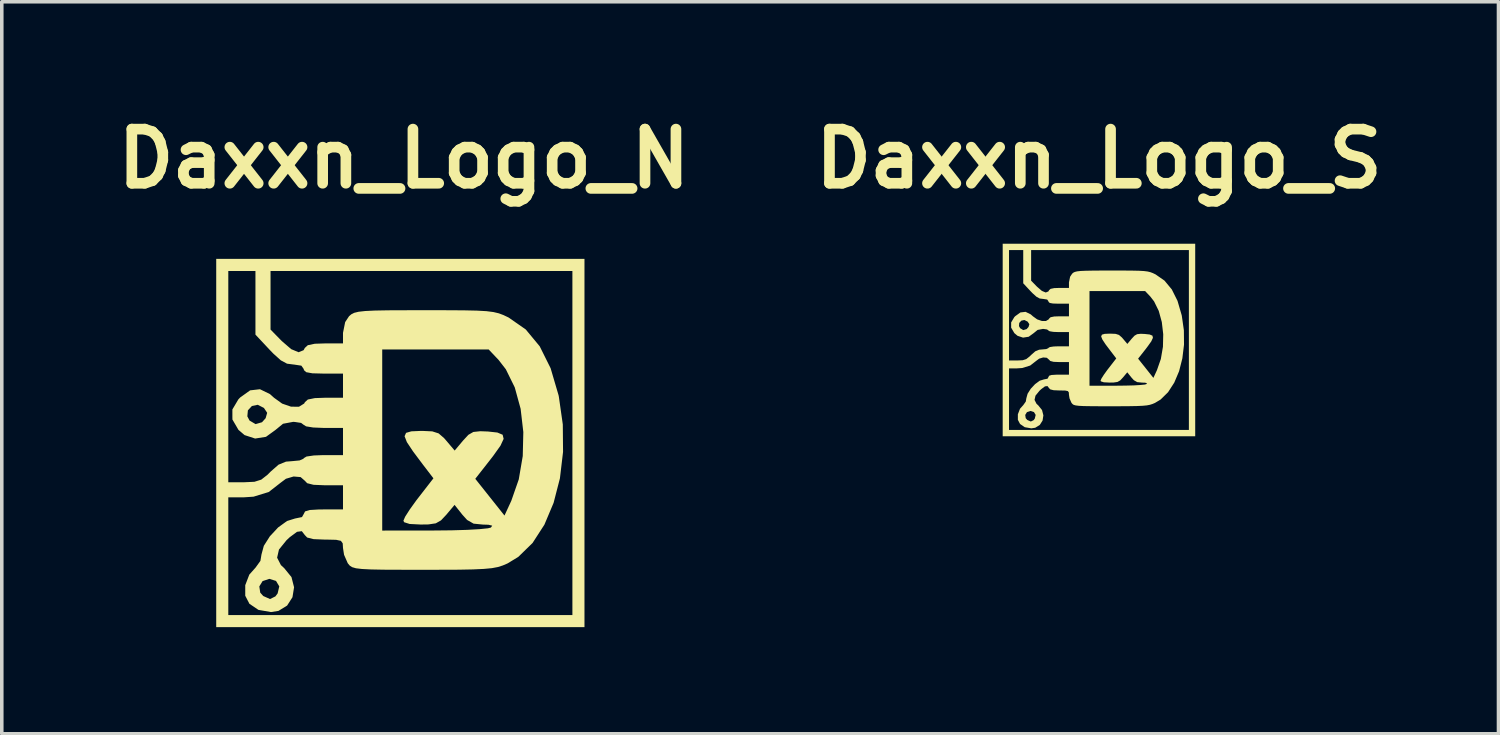
<source format=kicad_pcb>
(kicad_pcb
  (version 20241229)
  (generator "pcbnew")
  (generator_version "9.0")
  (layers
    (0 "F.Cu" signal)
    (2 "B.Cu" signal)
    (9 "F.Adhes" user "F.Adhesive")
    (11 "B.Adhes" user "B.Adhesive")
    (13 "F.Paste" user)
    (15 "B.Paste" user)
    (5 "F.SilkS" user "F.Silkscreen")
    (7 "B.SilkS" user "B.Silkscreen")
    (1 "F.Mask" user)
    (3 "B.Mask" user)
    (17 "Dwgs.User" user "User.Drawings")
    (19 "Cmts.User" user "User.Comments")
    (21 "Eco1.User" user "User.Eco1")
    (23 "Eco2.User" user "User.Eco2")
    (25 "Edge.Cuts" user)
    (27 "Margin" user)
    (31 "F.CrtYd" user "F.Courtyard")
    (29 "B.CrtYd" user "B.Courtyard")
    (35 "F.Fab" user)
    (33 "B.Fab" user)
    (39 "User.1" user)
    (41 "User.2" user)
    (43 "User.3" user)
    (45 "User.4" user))
  (footprint "Daxxn_Logo_S"
    (layer "F.Cu")
    (at 27.878 6.518)
    (property "Reference" "Daxxn_Logo_S" (at 0 -5.1 0) (layer "F.SilkS") (effects (font (size 1.524 1.524) (thickness 0.3))))
    (attr board_only exclude_from_pos_files exclude_from_bom)
    (fp_poly (pts (xy 2.709 2.709) (xy -2.709 2.709) (xy -2.709 2.531) (xy -2.531 2.531) (xy 2.531 2.531) (xy 2.531 -2.531) (xy -1.909 -2.531) (xy -1.909 -1.669) (xy -1.745 -1.501) (xy -1.606 -1.381) (xy -1.497 -1.336) (xy -1.423 -1.366) (xy -1.405 -1.399) (xy -1.361 -1.439) (xy -1.258 -1.46) (xy -1.112 -1.465) (xy -0.844 -1.465) (xy -0.844 -1.621) (xy -0.812 -1.779) (xy -0.755 -1.865) (xy -0.722 -1.894) (xy -0.679 -1.915) (xy -0.614 -1.931) (xy -0.517 -1.942) (xy -0.375 -1.948) (xy -0.177 -1.952) (xy 0.089 -1.954) (xy 0.357 -1.954) (xy 0.685 -1.954) (xy 0.937 -1.952) (xy 1.126 -1.948) (xy 1.266 -1.94) (xy 1.369 -1.927) (xy 1.448 -1.908) (xy 1.517 -1.882) (xy 1.588 -1.848) (xy 1.594 -1.845) (xy 1.845 -1.67) (xy 2.05 -1.423) (xy 2.211 -1.101) (xy 2.327 -0.702) (xy 2.332 -0.681) (xy 2.39 -0.273) (xy 2.394 0.131) (xy 2.347 0.519) (xy 2.255 0.88) (xy 2.119 1.201) (xy 1.945 1.47) (xy 1.735 1.676) (xy 1.576 1.772) (xy 1.507 1.801) (xy 1.435 1.824) (xy 1.346 1.841) (xy 1.229 1.852) (xy 1.07 1.859) (xy 0.857 1.863) (xy 0.577 1.865) (xy 0.336 1.865) (xy 0.006 1.865) (xy -0.247 1.863) (xy -0.433 1.86) (xy -0.565 1.853) (xy -0.653 1.842) (xy -0.709 1.827) (xy -0.743 1.804) (xy -0.768 1.775) (xy -0.775 1.766) (xy -0.828 1.644) (xy -0.844 1.544) (xy -0.848 1.476) (xy -0.875 1.439) (xy -0.945 1.424) (xy -1.079 1.421) (xy -1.112 1.421) (xy -1.277 1.414) (xy -1.37 1.39) (xy -1.405 1.354) (xy -1.449 1.297) (xy -1.52 1.306) (xy -1.627 1.386) (xy -1.674 1.43) (xy -1.786 1.567) (xy -1.813 1.687) (xy -1.757 1.796) (xy -1.708 1.841) (xy -1.602 1.972) (xy -1.564 2.122) (xy -1.587 2.269) (xy -1.666 2.392) (xy -1.793 2.47) (xy -1.903 2.487) (xy -2.088 2.455) (xy -2.22 2.365) (xy -2.282 2.247) (xy -2.282 2.11) (xy -2.075 2.11) (xy -2.061 2.201) (xy -2.017 2.251) (xy -1.917 2.295) (xy -1.838 2.256) (xy -1.806 2.213) (xy -1.781 2.109) (xy -1.829 2.029) (xy -1.927 1.998) (xy -2.027 2.031) (xy -2.075 2.11) (xy -2.282 2.11) (xy -2.282 2.091) (xy -2.222 1.936) (xy -2.129 1.832) (xy -2.059 1.733) (xy -2.043 1.639) (xy -2.008 1.513) (xy -1.919 1.372) (xy -1.84 1.288) (xy -0.266 1.288) (xy 0.5 1.287) (xy 0.755 1.284) (xy 0.983 1.278) (xy 1.166 1.267) (xy 1.289 1.255) (xy 1.332 1.243) (xy 1.352 1.216) (xy 1.296 1.202) (xy 1.213 1.2) (xy 1.077 1.186) (xy 0.982 1.132) (xy 0.913 1.055) (xy 0.797 0.91) (xy 0.676 1.055) (xy 0.598 1.138) (xy 0.522 1.181) (xy 0.413 1.197) (xy 0.3 1.199) (xy 0.137 1.191) (xy 0.056 1.165) (xy 0.045 1.143) (xy 0.071 1.084) (xy 0.139 0.977) (xy 0.237 0.841) (xy 0.266 0.804) (xy 0.487 0.519) (xy 0.331 0.315) (xy 0.185 0.122) (xy 0.096 -0.013) (xy 0.062 -0.1) (xy 0.084 -0.15) (xy 0.161 -0.172) (xy 0.294 -0.178) (xy 0.325 -0.178) (xy 0.469 -0.172) (xy 0.563 -0.142) (xy 0.643 -0.073) (xy 0.677 -0.034) (xy 0.799 0.111) (xy 0.922 -0.036) (xy 1.001 -0.121) (xy 1.074 -0.163) (xy 1.175 -0.174) (xy 1.289 -0.169) (xy 1.428 -0.154) (xy 1.505 -0.122) (xy 1.519 -0.061) (xy 1.473 0.039) (xy 1.365 0.19) (xy 1.312 0.26) (xy 1.102 0.526) (xy 1.317 0.796) (xy 1.532 1.067) (xy 1.632 0.85) (xy 1.742 0.535) (xy 1.801 0.191) (xy 1.809 -0.161) (xy 1.769 -0.504) (xy 1.683 -0.818) (xy 1.552 -1.085) (xy 1.446 -1.222) (xy 1.299 -1.377) (xy -0.266 -1.377) (xy -0.266 1.288) (xy -1.84 1.288) (xy -1.798 1.243) (xy -1.668 1.147) (xy -1.549 1.11) (xy -1.549 1.11) (xy -1.447 1.09) (xy -1.421 1.044) (xy -1.402 1.006) (xy -1.333 0.985) (xy -1.198 0.977) (xy -1.132 0.977) (xy -0.844 0.977) (xy -0.844 0.622) (xy -1.112 0.622) (xy -1.277 0.615) (xy -1.37 0.591) (xy -1.405 0.555) (xy -1.467 0.501) (xy -1.57 0.492) (xy -1.683 0.526) (xy -1.758 0.582) (xy -1.936 0.72) (xy -2.159 0.789) (xy -2.307 0.799) (xy -2.531 0.799) (xy -2.531 2.531) (xy -2.709 2.531) (xy -2.709 0.577) (xy -2.531 0.577) (xy -2.296 0.577) (xy -2.147 0.57) (xy -2.047 0.539) (xy -1.954 0.466) (xy -1.909 0.422) (xy -1.792 0.319) (xy -1.683 0.274) (xy -1.59 0.266) (xy -1.482 0.256) (xy -1.424 0.23) (xy -1.421 0.222) (xy -1.38 0.199) (xy -1.272 0.183) (xy -1.132 0.178) (xy -0.844 0.178) (xy -0.844 -0.222) (xy -1.132 -0.222) (xy -1.283 -0.228) (xy -1.386 -0.245) (xy -1.421 -0.266) (xy -1.46 -0.296) (xy -1.556 -0.31) (xy -1.579 -0.311) (xy -1.726 -0.283) (xy -1.839 -0.191) (xy -1.977 -0.091) (xy -2.136 -0.066) (xy -2.291 -0.117) (xy -2.381 -0.193) (xy -2.471 -0.346) (xy -2.471 -0.392) (xy -2.251 -0.392) (xy -2.218 -0.331) (xy -2.13 -0.278) (xy -2.035 -0.306) (xy -1.982 -0.366) (xy -1.959 -0.444) (xy -2.007 -0.516) (xy -2.098 -0.562) (xy -2.184 -0.544) (xy -2.243 -0.48) (xy -2.251 -0.392) (xy -2.471 -0.392) (xy -2.471 -0.494) (xy -2.383 -0.642) (xy -2.357 -0.669) (xy -2.21 -0.775) (xy -2.065 -0.792) (xy -1.919 -0.72) (xy -1.858 -0.666) (xy -1.739 -0.58) (xy -1.608 -0.535) (xy -1.491 -0.534) (xy -1.414 -0.581) (xy -1.405 -0.599) (xy -1.361 -0.64) (xy -1.258 -0.661) (xy -1.112 -0.666) (xy -0.844 -0.666) (xy -0.844 -1.021) (xy -1.132 -1.021) (xy -1.294 -1.026) (xy -1.384 -1.042) (xy -1.419 -1.073) (xy -1.421 -1.088) (xy -1.456 -1.138) (xy -1.567 -1.155) (xy -1.57 -1.155) (xy -1.667 -1.167) (xy -1.758 -1.216) (xy -1.869 -1.316) (xy -1.926 -1.375) (xy -2.131 -1.595) (xy -2.131 -2.531) (xy -2.531 -2.531) (xy -2.531 0.577) (xy -2.709 0.577) (xy -2.709 -2.709) (xy 2.709 -2.709)) (stroke (width 0) (type solid)) (fill yes) (layer "F.SilkS")))
  (footprint "Daxxn_Logo_N"
    (layer "F.Cu")
    (at 8.217 9.418)
    (property "Reference" "Daxxn_Logo_N" (at 0.1 -8 0) (layer "F.SilkS") (effects (font (size 1.524 1.524) (thickness 0.3))))
    (attr board_only exclude_from_pos_files exclude_from_bom)
    (fp_poly (pts (xy 5.182 5.182) (xy -5.182 5.182) (xy -5.182 4.842) (xy -4.842 4.842) (xy 4.842 4.842) (xy 4.842 -4.842) (xy -3.653 -4.842) (xy -3.653 -3.193) (xy -3.338 -2.871) (xy -3.072 -2.642) (xy -2.863 -2.555) (xy -2.722 -2.613) (xy -2.688 -2.676) (xy -2.604 -2.753) (xy -2.407 -2.794) (xy -2.126 -2.803) (xy -1.614 -2.803) (xy -1.614 -3.101) (xy -1.553 -3.403) (xy -1.444 -3.568) (xy -1.381 -3.622) (xy -1.299 -3.664) (xy -1.176 -3.694) (xy -0.989 -3.715) (xy -0.718 -3.728) (xy -0.339 -3.735) (xy 0.171 -3.737) (xy 0.682 -3.738) (xy 1.31 -3.737) (xy 1.792 -3.734) (xy 2.155 -3.726) (xy 2.422 -3.711) (xy 2.619 -3.686) (xy 2.771 -3.65) (xy 2.902 -3.601) (xy 3.038 -3.536) (xy 3.05 -3.53) (xy 3.53 -3.195) (xy 3.922 -2.722) (xy 4.229 -2.105) (xy 4.453 -1.343) (xy 4.461 -1.303) (xy 4.572 -0.523) (xy 4.579 0.25) (xy 4.491 0.994) (xy 4.313 1.684) (xy 4.054 2.298) (xy 3.721 2.813) (xy 3.319 3.205) (xy 3.016 3.389) (xy 2.883 3.446) (xy 2.745 3.49) (xy 2.576 3.522) (xy 2.351 3.543) (xy 2.048 3.557) (xy 1.64 3.565) (xy 1.104 3.567) (xy 0.643 3.568) (xy 0.011 3.567) (xy -0.472 3.565) (xy -0.829 3.558) (xy -1.081 3.545) (xy -1.249 3.525) (xy -1.356 3.494) (xy -1.422 3.452) (xy -1.47 3.396) (xy -1.482 3.379) (xy -1.584 3.146) (xy -1.614 2.954) (xy -1.622 2.824) (xy -1.673 2.753) (xy -1.807 2.724) (xy -2.064 2.718) (xy -2.126 2.718) (xy -2.443 2.705) (xy -2.622 2.66) (xy -2.688 2.591) (xy -2.773 2.481) (xy -2.908 2.499) (xy -3.113 2.651) (xy -3.203 2.735) (xy -3.416 2.998) (xy -3.468 3.227) (xy -3.361 3.436) (xy -3.268 3.522) (xy -3.064 3.773) (xy -2.991 4.059) (xy -3.036 4.34) (xy -3.187 4.575) (xy -3.431 4.725) (xy -3.64 4.757) (xy -3.994 4.696) (xy -4.248 4.524) (xy -4.365 4.298) (xy -4.365 4.036) (xy -3.969 4.036) (xy -3.943 4.211) (xy -3.858 4.306) (xy -3.667 4.391) (xy -3.516 4.316) (xy -3.454 4.233) (xy -3.407 4.035) (xy -3.499 3.881) (xy -3.687 3.823) (xy -3.877 3.886) (xy -3.969 4.036) (xy -4.365 4.036) (xy -4.365 4.001) (xy -4.251 3.704) (xy -4.074 3.505) (xy -3.938 3.316) (xy -3.908 3.136) (xy -3.842 2.893) (xy -3.672 2.625) (xy -3.521 2.464) (xy -0.51 2.464) (xy 0.956 2.462) (xy 1.445 2.457) (xy 1.88 2.444) (xy 2.23 2.424) (xy 2.465 2.4) (xy 2.548 2.379) (xy 2.586 2.326) (xy 2.479 2.3) (xy 2.321 2.295) (xy 2.061 2.269) (xy 1.879 2.165) (xy 1.746 2.018) (xy 1.526 1.741) (xy 1.294 2.018) (xy 1.144 2.177) (xy 0.998 2.26) (xy 0.79 2.291) (xy 0.573 2.294) (xy 0.261 2.278) (xy 0.107 2.229) (xy 0.086 2.187) (xy 0.135 2.074) (xy 0.266 1.869) (xy 0.453 1.609) (xy 0.509 1.537) (xy 0.931 0.993) (xy 0.632 0.603) (xy 0.355 0.233) (xy 0.184 -0.025) (xy 0.119 -0.191) (xy 0.161 -0.286) (xy 0.309 -0.329) (xy 0.562 -0.34) (xy 0.621 -0.341) (xy 0.898 -0.328) (xy 1.077 -0.271) (xy 1.23 -0.139) (xy 1.295 -0.064) (xy 1.529 0.212) (xy 1.765 -0.069) (xy 1.915 -0.231) (xy 2.054 -0.311) (xy 2.249 -0.332) (xy 2.466 -0.324) (xy 2.732 -0.295) (xy 2.879 -0.233) (xy 2.907 -0.117) (xy 2.818 0.075) (xy 2.612 0.364) (xy 2.509 0.497) (xy 2.109 1.007) (xy 2.931 2.041) (xy 3.123 1.625) (xy 3.333 1.023) (xy 3.445 0.366) (xy 3.461 -0.308) (xy 3.385 -0.963) (xy 3.22 -1.565) (xy 2.969 -2.075) (xy 2.766 -2.337) (xy 2.486 -2.633) (xy -0.51 -2.633) (xy -0.51 2.464) (xy -3.521 2.464) (xy -3.441 2.377) (xy -3.19 2.195) (xy -2.963 2.124) (xy -2.962 2.124) (xy -2.768 2.084) (xy -2.718 1.996) (xy -2.682 1.925) (xy -2.55 1.885) (xy -2.292 1.87) (xy -2.166 1.869) (xy -1.614 1.869) (xy -1.614 1.189) (xy -2.126 1.189) (xy -2.443 1.176) (xy -2.622 1.131) (xy -2.688 1.062) (xy -2.806 0.959) (xy -3.004 0.942) (xy -3.22 1.006) (xy -3.363 1.113) (xy -3.703 1.378) (xy -4.131 1.51) (xy -4.413 1.529) (xy -4.842 1.529) (xy -4.842 4.842) (xy -5.182 4.842) (xy -5.182 1.104) (xy -4.842 1.104) (xy -4.392 1.104) (xy -4.107 1.091) (xy -3.915 1.031) (xy -3.737 0.892) (xy -3.653 0.807) (xy -3.429 0.61) (xy -3.219 0.524) (xy -3.042 0.51) (xy -2.835 0.49) (xy -2.724 0.441) (xy -2.718 0.425) (xy -2.64 0.38) (xy -2.434 0.35) (xy -2.166 0.34) (xy -1.614 0.34) (xy -1.614 -0.425) (xy -2.166 -0.425) (xy -2.455 -0.437) (xy -2.652 -0.469) (xy -2.718 -0.51) (xy -2.793 -0.566) (xy -2.977 -0.594) (xy -3.02 -0.595) (xy -3.302 -0.542) (xy -3.518 -0.365) (xy -3.782 -0.174) (xy -4.087 -0.126) (xy -4.384 -0.223) (xy -4.556 -0.37) (xy -4.726 -0.661) (xy -4.727 -0.75) (xy -4.306 -0.75) (xy -4.244 -0.632) (xy -4.074 -0.532) (xy -3.893 -0.585) (xy -3.791 -0.699) (xy -3.748 -0.85) (xy -3.839 -0.987) (xy -4.013 -1.076) (xy -4.178 -1.041) (xy -4.291 -0.919) (xy -4.306 -0.75) (xy -4.727 -0.75) (xy -4.727 -0.945) (xy -4.559 -1.228) (xy -4.509 -1.281) (xy -4.228 -1.482) (xy -3.951 -1.514) (xy -3.671 -1.378) (xy -3.555 -1.274) (xy -3.326 -1.109) (xy -3.076 -1.023) (xy -2.853 -1.021) (xy -2.706 -1.112) (xy -2.688 -1.147) (xy -2.604 -1.224) (xy -2.407 -1.264) (xy -2.126 -1.274) (xy -1.614 -1.274) (xy -1.614 -1.954) (xy -2.166 -1.954) (xy -2.476 -1.962) (xy -2.648 -1.993) (xy -2.714 -2.052) (xy -2.718 -2.081) (xy -2.786 -2.177) (xy -2.997 -2.209) (xy -3.004 -2.209) (xy -3.189 -2.233) (xy -3.364 -2.327) (xy -3.575 -2.517) (xy -3.684 -2.63) (xy -4.078 -3.051) (xy -4.078 -4.842) (xy -4.842 -4.842) (xy -4.842 1.104) (xy -5.182 1.104) (xy -5.182 -5.182) (xy 5.182 -5.182)) (stroke (width 0) (type solid)) (fill yes) (layer "F.SilkS")))
  (gr_rect
    (start -3 -3)
    (end 39.122 17.6)
    (stroke (width 0.1) (type default))
    (fill no)
    (layer "Edge.Cuts")))
</source>
